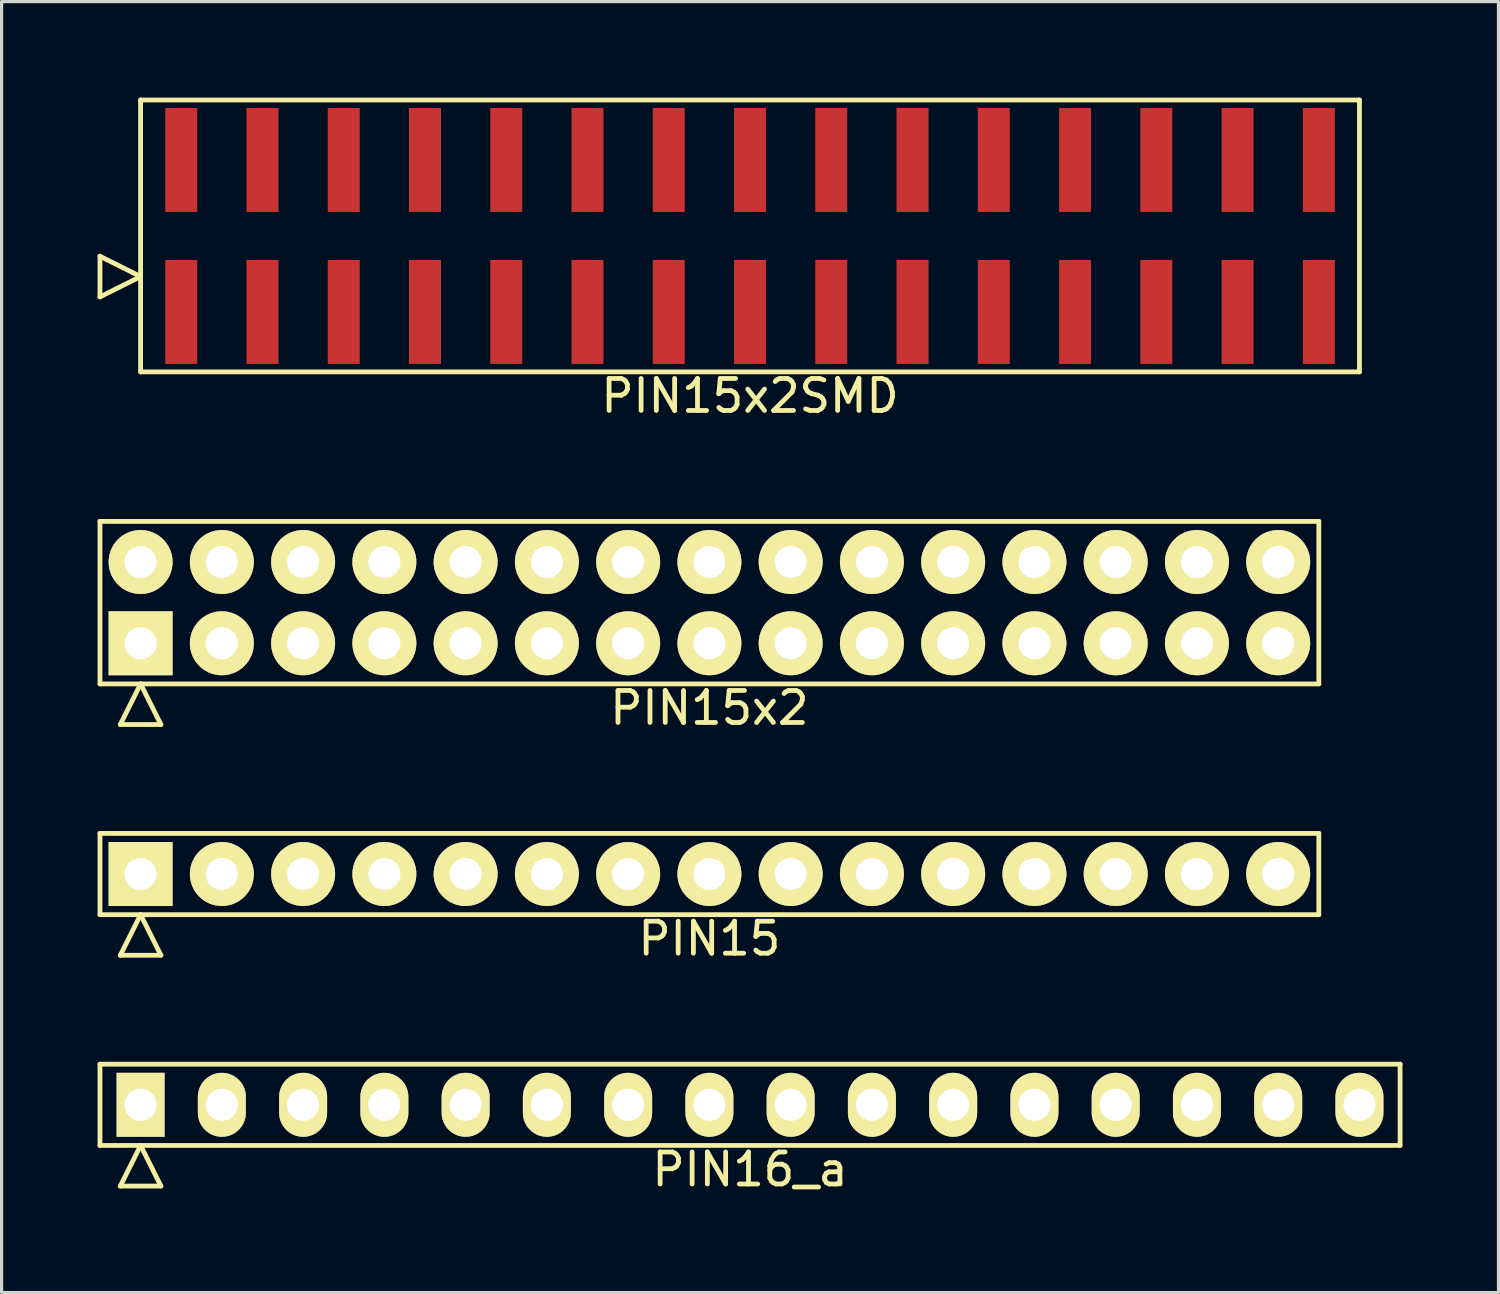
<source format=kicad_pcb>
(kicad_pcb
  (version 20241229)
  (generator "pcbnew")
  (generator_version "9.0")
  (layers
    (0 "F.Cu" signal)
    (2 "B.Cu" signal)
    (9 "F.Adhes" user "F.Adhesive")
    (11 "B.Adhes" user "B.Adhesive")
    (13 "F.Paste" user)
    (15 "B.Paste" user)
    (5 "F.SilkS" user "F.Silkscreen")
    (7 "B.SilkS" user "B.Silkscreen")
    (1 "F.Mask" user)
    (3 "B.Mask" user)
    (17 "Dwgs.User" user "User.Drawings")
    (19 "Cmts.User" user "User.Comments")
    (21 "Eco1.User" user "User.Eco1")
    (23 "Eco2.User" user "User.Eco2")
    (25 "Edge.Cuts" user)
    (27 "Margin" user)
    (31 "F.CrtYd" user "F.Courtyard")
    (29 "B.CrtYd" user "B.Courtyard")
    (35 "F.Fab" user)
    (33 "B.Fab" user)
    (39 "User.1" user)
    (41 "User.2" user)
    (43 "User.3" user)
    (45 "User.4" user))
  (footprint "PIN15"
    (layer "F.Cu")
    (at 19.125 24.271)
    (property "Reference" "PIN15" (at 0 2.02 0) (layer "F.SilkS") (effects (font (size 1 1) (thickness 0.15))))
    (attr through_hole)
    (fp_line (start -19.05 -1.27) (end -19.05 1.27) (stroke (width 0.15) (type solid)) (layer "F.SilkS"))
    (fp_line (start -19.05 1.27) (end 19.05 1.27) (stroke (width 0.15) (type solid)) (layer "F.SilkS"))
    (fp_line (start -18.415 2.54) (end -17.78 1.27) (stroke (width 0.15) (type solid)) (layer "F.SilkS"))
    (fp_line (start -18.415 2.54) (end -17.145 2.54) (stroke (width 0.15) (type solid)) (layer "F.SilkS"))
    (fp_line (start -17.145 2.54) (end -17.78 1.27) (stroke (width 0.15) (type solid)) (layer "F.SilkS"))
    (fp_line (start 19.05 -1.27) (end -19.05 -1.27) (stroke (width 0.15) (type solid)) (layer "F.SilkS"))
    (fp_line (start 19.05 1.27) (end 19.05 -1.27) (stroke (width 0.15) (type solid)) (layer "F.SilkS"))
    (pad "1" thru_hole rect (at -17.78 0) (size 2 2) (drill 1) (layers "*.Cu" "*.Mask" "F.SilkS"))
    (pad "2" thru_hole oval (at -15.24 0) (size 2 2) (drill 1) (layers "*.Cu" "*.Mask" "F.SilkS"))
    (pad "3" thru_hole oval (at -12.7 0) (size 2 2) (drill 1) (layers "*.Cu" "*.Mask" "F.SilkS"))
    (pad "4" thru_hole oval (at -10.16 0) (size 2 2) (drill 1) (layers "*.Cu" "*.Mask" "F.SilkS"))
    (pad "5" thru_hole oval (at -7.62 0) (size 2 2) (drill 1) (layers "*.Cu" "*.Mask" "F.SilkS"))
    (pad "6" thru_hole oval (at -5.08 0) (size 2 2) (drill 1) (layers "*.Cu" "*.Mask" "F.SilkS"))
    (pad "7" thru_hole oval (at -2.54 0) (size 2 2) (drill 1) (layers "*.Cu" "*.Mask" "F.SilkS"))
    (pad "8" thru_hole oval (at 0 0) (size 2 2) (drill 1) (layers "*.Cu" "*.Mask" "F.SilkS"))
    (pad "9" thru_hole oval (at 2.54 0) (size 2 2) (drill 1) (layers "*.Cu" "*.Mask" "F.SilkS"))
    (pad "10" thru_hole oval (at 5.08 0) (size 2 2) (drill 1) (layers "*.Cu" "*.Mask" "F.SilkS"))
    (pad "11" thru_hole oval (at 7.62 0) (size 2 2) (drill 1) (layers "*.Cu" "*.Mask" "F.SilkS"))
    (pad "12" thru_hole oval (at 10.16 0) (size 2 2) (drill 1) (layers "*.Cu" "*.Mask" "F.SilkS"))
    (pad "13" thru_hole oval (at 12.7 0) (size 2 2) (drill 1) (layers "*.Cu" "*.Mask" "F.SilkS"))
    (pad "14" thru_hole oval (at 15.24 0) (size 2 2) (drill 1) (layers "*.Cu" "*.Mask" "F.SilkS"))
    (pad "15" thru_hole oval (at 17.78 0) (size 2 2) (drill 1) (layers "*.Cu" "*.Mask" "F.SilkS")))
  (footprint "PIN15x2"
    (layer "F.Cu")
    (at 19.125 15.788)
    (property "Reference" "PIN15x2" (at 0 3.29 0) (layer "F.SilkS") (effects (font (size 1 1) (thickness 0.15))))
    (attr through_hole)
    (fp_line (start -19.05 -2.54) (end -19.05 2.54) (stroke (width 0.15) (type solid)) (layer "F.SilkS"))
    (fp_line (start -19.05 2.54) (end 19.05 2.54) (stroke (width 0.15) (type solid)) (layer "F.SilkS"))
    (fp_line (start -18.415 3.81) (end -17.78 2.54) (stroke (width 0.15) (type solid)) (layer "F.SilkS"))
    (fp_line (start -18.415 3.81) (end -17.145 3.81) (stroke (width 0.15) (type solid)) (layer "F.SilkS"))
    (fp_line (start -17.145 3.81) (end -17.78 2.54) (stroke (width 0.15) (type solid)) (layer "F.SilkS"))
    (fp_line (start 19.05 -2.54) (end -19.05 -2.54) (stroke (width 0.15) (type solid)) (layer "F.SilkS"))
    (fp_line (start 19.05 2.54) (end 19.05 -2.54) (stroke (width 0.15) (type solid)) (layer "F.SilkS"))
    (pad "1" thru_hole rect (at -17.78 1.27) (size 2 2) (drill 1) (layers "*.Cu" "*.Mask" "F.SilkS"))
    (pad "2" thru_hole oval (at -17.78 -1.27) (size 2 2) (drill 1) (layers "*.Cu" "*.Mask" "F.SilkS"))
    (pad "3" thru_hole oval (at -15.24 1.27) (size 2 2) (drill 1) (layers "*.Cu" "*.Mask" "F.SilkS"))
    (pad "4" thru_hole oval (at -15.24 -1.27) (size 2 2) (drill 1) (layers "*.Cu" "*.Mask" "F.SilkS"))
    (pad "5" thru_hole oval (at -12.7 1.27) (size 2 2) (drill 1) (layers "*.Cu" "*.Mask" "F.SilkS"))
    (pad "6" thru_hole oval (at -12.7 -1.27) (size 2 2) (drill 1) (layers "*.Cu" "*.Mask" "F.SilkS"))
    (pad "7" thru_hole oval (at -10.16 1.27) (size 2 2) (drill 1) (layers "*.Cu" "*.Mask" "F.SilkS"))
    (pad "8" thru_hole oval (at -10.16 -1.27) (size 2 2) (drill 1) (layers "*.Cu" "*.Mask" "F.SilkS"))
    (pad "9" thru_hole oval (at -7.62 1.27) (size 2 2) (drill 1) (layers "*.Cu" "*.Mask" "F.SilkS"))
    (pad "10" thru_hole oval (at -7.62 -1.27) (size 2 2) (drill 1) (layers "*.Cu" "*.Mask" "F.SilkS"))
    (pad "11" thru_hole oval (at -5.08 1.27) (size 2 2) (drill 1) (layers "*.Cu" "*.Mask" "F.SilkS"))
    (pad "12" thru_hole oval (at -5.08 -1.27) (size 2 2) (drill 1) (layers "*.Cu" "*.Mask" "F.SilkS"))
    (pad "13" thru_hole oval (at -2.54 1.27) (size 2 2) (drill 1) (layers "*.Cu" "*.Mask" "F.SilkS"))
    (pad "14" thru_hole oval (at -2.54 -1.27) (size 2 2) (drill 1) (layers "*.Cu" "*.Mask" "F.SilkS"))
    (pad "15" thru_hole oval (at 0 1.27) (size 2 2) (drill 1) (layers "*.Cu" "*.Mask" "F.SilkS"))
    (pad "16" thru_hole oval (at 0 -1.27) (size 2 2) (drill 1) (layers "*.Cu" "*.Mask" "F.SilkS"))
    (pad "17" thru_hole oval (at 2.54 1.27) (size 2 2) (drill 1) (layers "*.Cu" "*.Mask" "F.SilkS"))
    (pad "18" thru_hole oval (at 2.54 -1.27) (size 2 2) (drill 1) (layers "*.Cu" "*.Mask" "F.SilkS"))
    (pad "19" thru_hole oval (at 5.08 1.27) (size 2 2) (drill 1) (layers "*.Cu" "*.Mask" "F.SilkS"))
    (pad "20" thru_hole oval (at 5.08 -1.27) (size 2 2) (drill 1) (layers "*.Cu" "*.Mask" "F.SilkS"))
    (pad "21" thru_hole oval (at 7.62 1.27) (size 2 2) (drill 1) (layers "*.Cu" "*.Mask" "F.SilkS"))
    (pad "22" thru_hole oval (at 7.62 -1.27) (size 2 2) (drill 1) (layers "*.Cu" "*.Mask" "F.SilkS"))
    (pad "23" thru_hole oval (at 10.16 1.27) (size 2 2) (drill 1) (layers "*.Cu" "*.Mask" "F.SilkS"))
    (pad "24" thru_hole oval (at 10.16 -1.27) (size 2 2) (drill 1) (layers "*.Cu" "*.Mask" "F.SilkS"))
    (pad "25" thru_hole oval (at 12.7 1.27) (size 2 2) (drill 1) (layers "*.Cu" "*.Mask" "F.SilkS"))
    (pad "26" thru_hole oval (at 12.7 -1.27) (size 2 2) (drill 1) (layers "*.Cu" "*.Mask" "F.SilkS"))
    (pad "27" thru_hole oval (at 15.24 1.27) (size 2 2) (drill 1) (layers "*.Cu" "*.Mask" "F.SilkS"))
    (pad "28" thru_hole oval (at 15.24 -1.27) (size 2 2) (drill 1) (layers "*.Cu" "*.Mask" "F.SilkS"))
    (pad "29" thru_hole oval (at 17.78 1.27) (size 2 2) (drill 1) (layers "*.Cu" "*.Mask" "F.SilkS"))
    (pad "30" thru_hole oval (at 17.78 -1.27) (size 2 2) (drill 1) (layers "*.Cu" "*.Mask" "F.SilkS")))
  (footprint "PIN16_a"
    (layer "F.Cu")
    (at 20.395 31.485)
    (property "Reference" "PIN16_a" (at 0 2.02 0) (layer "F.SilkS") (effects (font (size 1 1) (thickness 0.15))))
    (attr through_hole)
    (fp_line (start -20.32 -1.27) (end -20.32 1.27) (stroke (width 0.15) (type solid)) (layer "F.SilkS"))
    (fp_line (start -20.32 1.27) (end 20.32 1.27) (stroke (width 0.15) (type solid)) (layer "F.SilkS"))
    (fp_line (start -19.685 2.54) (end -19.05 1.27) (stroke (width 0.15) (type solid)) (layer "F.SilkS"))
    (fp_line (start -19.685 2.54) (end -18.415 2.54) (stroke (width 0.15) (type solid)) (layer "F.SilkS"))
    (fp_line (start -18.415 2.54) (end -19.05 1.27) (stroke (width 0.15) (type solid)) (layer "F.SilkS"))
    (fp_line (start 20.32 -1.27) (end -20.32 -1.27) (stroke (width 0.15) (type solid)) (layer "F.SilkS"))
    (fp_line (start 20.32 1.27) (end 20.32 -1.27) (stroke (width 0.15) (type solid)) (layer "F.SilkS"))
    (pad "1" thru_hole rect (at -19.05 0) (size 1.5 2) (drill 1) (layers "*.Cu" "*.Mask" "F.SilkS"))
    (pad "2" thru_hole oval (at -16.51 0) (size 1.5 2) (drill 1) (layers "*.Cu" "*.Mask" "F.SilkS"))
    (pad "3" thru_hole oval (at -13.97 0) (size 1.5 2) (drill 1) (layers "*.Cu" "*.Mask" "F.SilkS"))
    (pad "4" thru_hole oval (at -11.43 0) (size 1.5 2) (drill 1) (layers "*.Cu" "*.Mask" "F.SilkS"))
    (pad "5" thru_hole oval (at -8.89 0) (size 1.5 2) (drill 1) (layers "*.Cu" "*.Mask" "F.SilkS"))
    (pad "6" thru_hole oval (at -6.35 0) (size 1.5 2) (drill 1) (layers "*.Cu" "*.Mask" "F.SilkS"))
    (pad "7" thru_hole oval (at -3.81 0) (size 1.5 2) (drill 1) (layers "*.Cu" "*.Mask" "F.SilkS"))
    (pad "8" thru_hole oval (at -1.27 0) (size 1.5 2) (drill 1) (layers "*.Cu" "*.Mask" "F.SilkS"))
    (pad "9" thru_hole oval (at 1.27 0) (size 1.5 2) (drill 1) (layers "*.Cu" "*.Mask" "F.SilkS"))
    (pad "10" thru_hole oval (at 3.81 0) (size 1.5 2) (drill 1) (layers "*.Cu" "*.Mask" "F.SilkS"))
    (pad "11" thru_hole oval (at 6.35 0) (size 1.5 2) (drill 1) (layers "*.Cu" "*.Mask" "F.SilkS"))
    (pad "12" thru_hole oval (at 8.89 0) (size 1.5 2) (drill 1) (layers "*.Cu" "*.Mask" "F.SilkS"))
    (pad "13" thru_hole oval (at 11.43 0) (size 1.5 2) (drill 1) (layers "*.Cu" "*.Mask" "F.SilkS"))
    (pad "14" thru_hole oval (at 13.97 0) (size 1.5 2) (drill 1) (layers "*.Cu" "*.Mask" "F.SilkS"))
    (pad "15" thru_hole oval (at 16.51 0) (size 1.5 2) (drill 1) (layers "*.Cu" "*.Mask" "F.SilkS"))
    (pad "16" thru_hole oval (at 19.05 0) (size 1.5 2) (drill 1) (layers "*.Cu" "*.Mask" "F.SilkS")))
  (footprint "PIN15x2SMD"
    (layer "F.Cu")
    (at 20.395 4.325)
    (property "Reference" "PIN15x2SMD" (at 0 5 0) (layer "F.SilkS") (effects (font (size 1 1) (thickness 0.15))))
    (attr through_hole)
    (fp_line (start -20.32 1.905) (end -20.32 0.635) (stroke (width 0.15) (type solid)) (layer "F.SilkS"))
    (fp_line (start -19.05 -4.25) (end -19.05 4.25) (stroke (width 0.15) (type solid)) (layer "F.SilkS"))
    (fp_line (start -19.05 1.27) (end -20.32 0.635) (stroke (width 0.15) (type solid)) (layer "F.SilkS"))
    (fp_line (start -19.05 1.27) (end -20.32 1.905) (stroke (width 0.15) (type solid)) (layer "F.SilkS"))
    (fp_line (start -19.05 4.25) (end 19.05 4.25) (stroke (width 0.15) (type solid)) (layer "F.SilkS"))
    (fp_line (start 19.05 -4.25) (end -19.05 -4.25) (stroke (width 0.15) (type solid)) (layer "F.SilkS"))
    (fp_line (start 19.05 4.25) (end 19.05 -4.25) (stroke (width 0.15) (type solid)) (layer "F.SilkS"))
    (pad "1" smd rect (at -17.78 2.375) (size 1 3.25) (layers "F.Cu" "F.Mask" "F.Paste"))
    (pad "2" smd rect (at -17.78 -2.375) (size 1 3.25) (layers "F.Cu" "F.Mask" "F.Paste"))
    (pad "3" smd rect (at -15.24 2.375) (size 1 3.25) (layers "F.Cu" "F.Mask" "F.Paste"))
    (pad "4" smd rect (at -15.24 -2.375) (size 1 3.25) (layers "F.Cu" "F.Mask" "F.Paste"))
    (pad "5" smd rect (at -12.7 2.375) (size 1 3.25) (layers "F.Cu" "F.Mask" "F.Paste"))
    (pad "6" smd rect (at -12.7 -2.375) (size 1 3.25) (layers "F.Cu" "F.Mask" "F.Paste"))
    (pad "7" smd rect (at -10.16 2.375) (size 1 3.25) (layers "F.Cu" "F.Mask" "F.Paste"))
    (pad "8" smd rect (at -10.16 -2.375) (size 1 3.25) (layers "F.Cu" "F.Mask" "F.Paste"))
    (pad "9" smd rect (at -7.62 2.375) (size 1 3.25) (layers "F.Cu" "F.Mask" "F.Paste"))
    (pad "10" smd rect (at -7.62 -2.375) (size 1 3.25) (layers "F.Cu" "F.Mask" "F.Paste"))
    (pad "11" smd rect (at -5.08 2.375) (size 1 3.25) (layers "F.Cu" "F.Mask" "F.Paste"))
    (pad "12" smd rect (at -5.08 -2.375) (size 1 3.25) (layers "F.Cu" "F.Mask" "F.Paste"))
    (pad "13" smd rect (at -2.54 2.375) (size 1 3.25) (layers "F.Cu" "F.Mask" "F.Paste"))
    (pad "14" smd rect (at -2.54 -2.375) (size 1 3.25) (layers "F.Cu" "F.Mask" "F.Paste"))
    (pad "15" smd rect (at 0 2.375) (size 1 3.25) (layers "F.Cu" "F.Mask" "F.Paste"))
    (pad "16" smd rect (at 0 -2.375) (size 1 3.25) (layers "F.Cu" "F.Mask" "F.Paste"))
    (pad "17" smd rect (at 2.54 2.375) (size 1 3.25) (layers "F.Cu" "F.Mask" "F.Paste"))
    (pad "18" smd rect (at 2.54 -2.375) (size 1 3.25) (layers "F.Cu" "F.Mask" "F.Paste"))
    (pad "19" smd rect (at 5.08 2.375) (size 1 3.25) (layers "F.Cu" "F.Mask" "F.Paste"))
    (pad "20" smd rect (at 5.08 -2.375) (size 1 3.25) (layers "F.Cu" "F.Mask" "F.Paste"))
    (pad "21" smd rect (at 7.62 2.375) (size 1 3.25) (layers "F.Cu" "F.Mask" "F.Paste"))
    (pad "22" smd rect (at 7.62 -2.375) (size 1 3.25) (layers "F.Cu" "F.Mask" "F.Paste"))
    (pad "23" smd rect (at 10.16 2.375) (size 1 3.25) (layers "F.Cu" "F.Mask" "F.Paste"))
    (pad "24" smd rect (at 10.16 -2.375) (size 1 3.25) (layers "F.Cu" "F.Mask" "F.Paste"))
    (pad "25" smd rect (at 12.7 2.375) (size 1 3.25) (layers "F.Cu" "F.Mask" "F.Paste"))
    (pad "26" smd rect (at 12.7 -2.375) (size 1 3.25) (layers "F.Cu" "F.Mask" "F.Paste"))
    (pad "27" smd rect (at 15.24 2.375) (size 1 3.25) (layers "F.Cu" "F.Mask" "F.Paste"))
    (pad "28" smd rect (at 15.24 -2.375) (size 1 3.25) (layers "F.Cu" "F.Mask" "F.Paste"))
    (pad "29" smd rect (at 17.78 2.375) (size 1 3.25) (layers "F.Cu" "F.Mask" "F.Paste"))
    (pad "30" smd rect (at 17.78 -2.375) (size 1 3.25) (layers "F.Cu" "F.Mask" "F.Paste")))
  (gr_rect
    (start -3 -3)
    (end 43.79 37.353)
    (stroke (width 0.1) (type default))
    (fill no)
    (layer "Edge.Cuts")))
</source>
